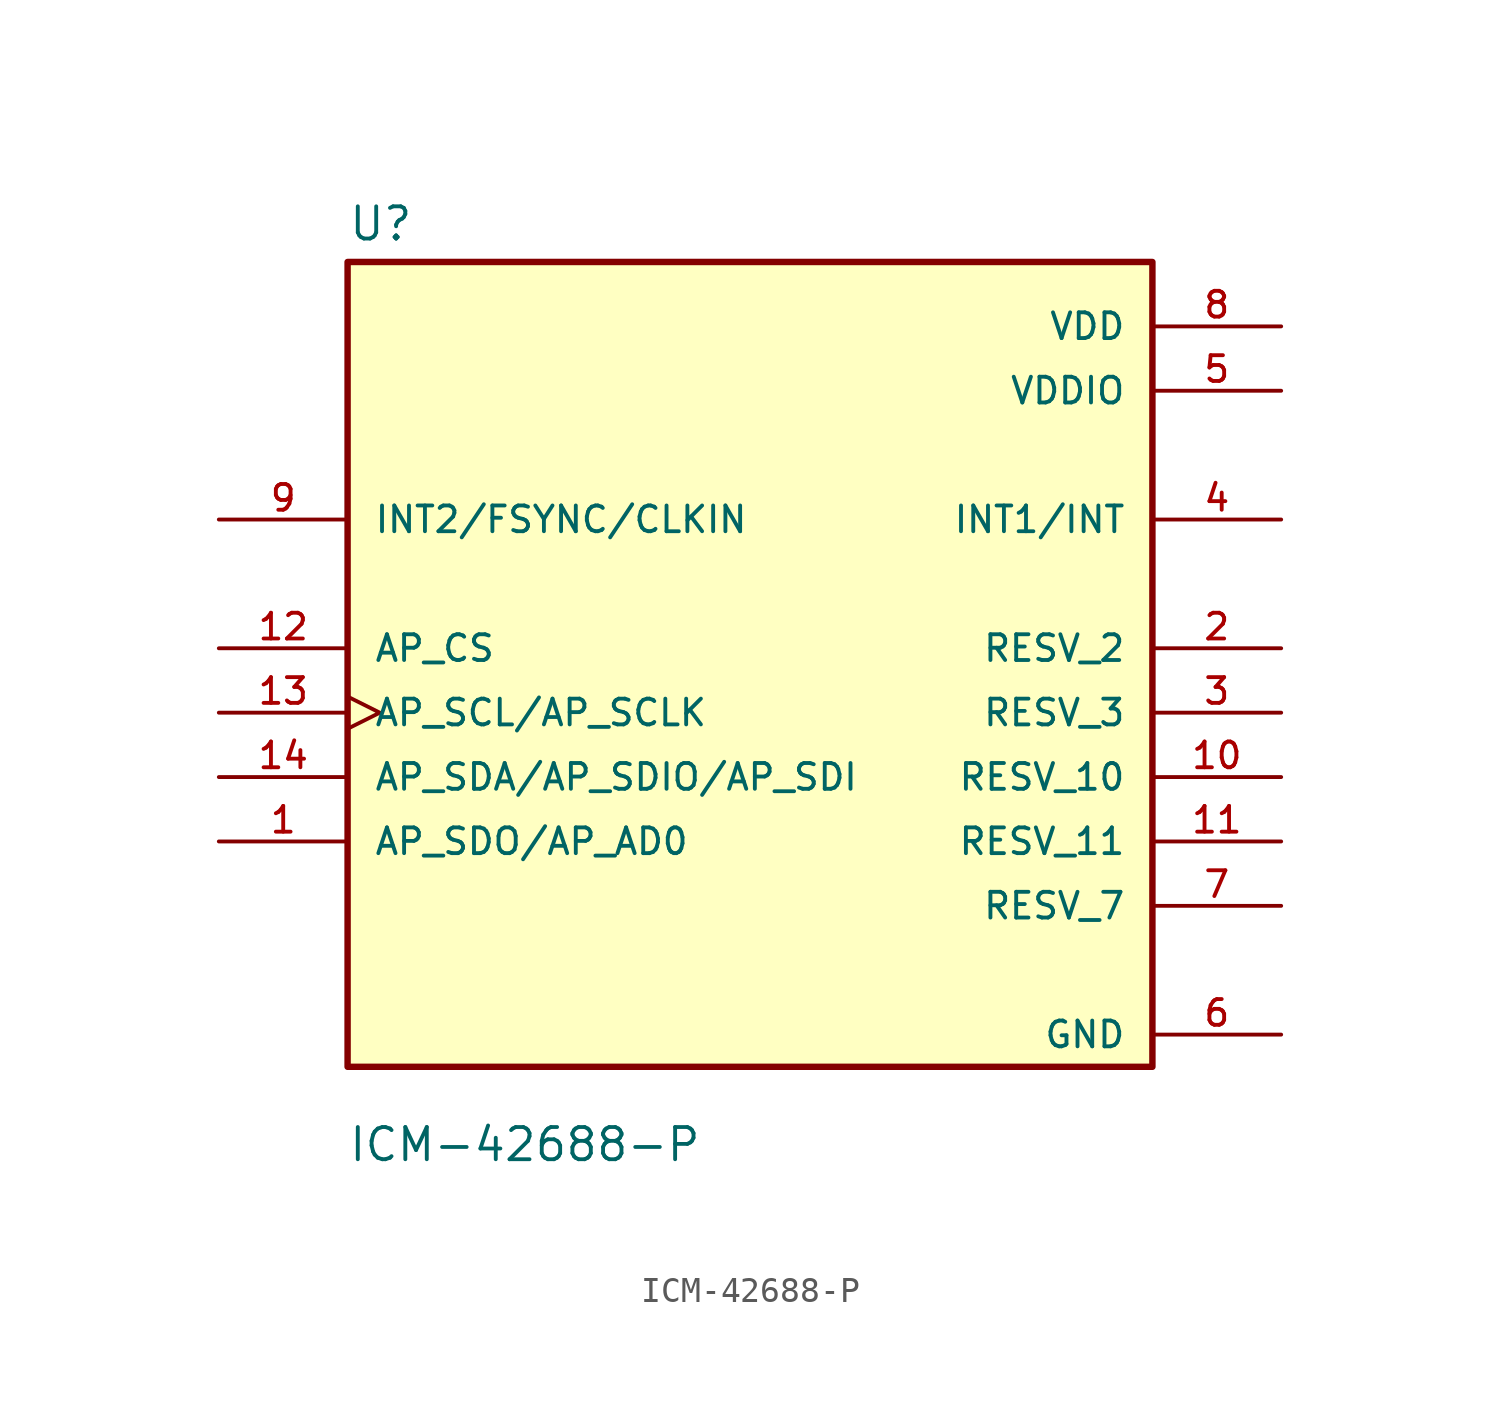
<source format=kicad_sym>
(kicad_symbol_lib
  (version 20241209)
  (generator "kicad_symbol_editor")
  (generator_version "9.0")
  (symbol "ICM-42688-P"
    (pin_names
      (offset 1.016))
    (property "Reference" "U"
      (at -16.51 16.002 0)
      (effects (font (size 1.27 1.27)) (justify left bottom)))
    (property "Value" "ICM-42688-P"
      (at -16.51 -20.32 0)
      (effects (font (size 1.27 1.27)) (justify left bottom)))
    (symbol "ICM-42688-P_0_0"
      (rectangle (start -16.51 15.24) (end 15.24 -16.51) (stroke (width 0.254) (type default)) (fill (type background)))
      (pin bidirectional line (at -21.59 5.08 0) (length 5.08) (name "INT2/FSYNC/CLKIN" (effects (font (size 1.016 1.016)))) (number "9" (effects (font (size 1.016 1.016)))))
      (pin input line (at -21.59 0 0) (length 5.08) (name "AP_CS" (effects (font (size 1.016 1.016)))) (number "12" (effects (font (size 1.016 1.016)))))
      (pin input clock (at -21.59 -2.54 0) (length 5.08) (name "AP_SCL/AP_SCLK" (effects (font (size 1.016 1.016)))) (number "13" (effects (font (size 1.016 1.016)))))
      (pin bidirectional line (at -21.59 -5.08 0) (length 5.08) (name "AP_SDA/AP_SDIO/AP_SDI" (effects (font (size 1.016 1.016)))) (number "14" (effects (font (size 1.016 1.016)))))
      (pin bidirectional line (at -21.59 -7.62 0) (length 5.08) (name "AP_SDO/AP_AD0" (effects (font (size 1.016 1.016)))) (number "1" (effects (font (size 1.016 1.016)))))
      (pin power_in line (at 20.32 12.7 180) (length 5.08) (name "VDD" (effects (font (size 1.016 1.016)))) (number "8" (effects (font (size 1.016 1.016)))))
      (pin power_in line (at 20.32 10.16 180) (length 5.08) (name "VDDIO" (effects (font (size 1.016 1.016)))) (number "5" (effects (font (size 1.016 1.016)))))
      (pin output line (at 20.32 5.08 180) (length 5.08) (name "INT1/INT" (effects (font (size 1.016 1.016)))) (number "4" (effects (font (size 1.016 1.016)))))
      (pin passive line (at 20.32 0 180) (length 5.08) (name "RESV_2" (effects (font (size 1.016 1.016)))) (number "2" (effects (font (size 1.016 1.016)))))
      (pin passive line (at 20.32 -2.54 180) (length 5.08) (name "RESV_3" (effects (font (size 1.016 1.016)))) (number "3" (effects (font (size 1.016 1.016)))))
      (pin passive line (at 20.32 -5.08 180) (length 5.08) (name "RESV_10" (effects (font (size 1.016 1.016)))) (number "10" (effects (font (size 1.016 1.016)))))
      (pin passive line (at 20.32 -7.62 180) (length 5.08) (name "RESV_11" (effects (font (size 1.016 1.016)))) (number "11" (effects (font (size 1.016 1.016)))))
      (pin passive line (at 20.32 -10.16 180) (length 5.08) (name "RESV_7" (effects (font (size 1.016 1.016)))) (number "7" (effects (font (size 1.016 1.016)))))
      (pin power_in line (at 20.32 -15.24 180) (length 5.08) (name "GND" (effects (font (size 1.016 1.016)))) (number "6" (effects (font (size 1.016 1.016))))))))
</source>
